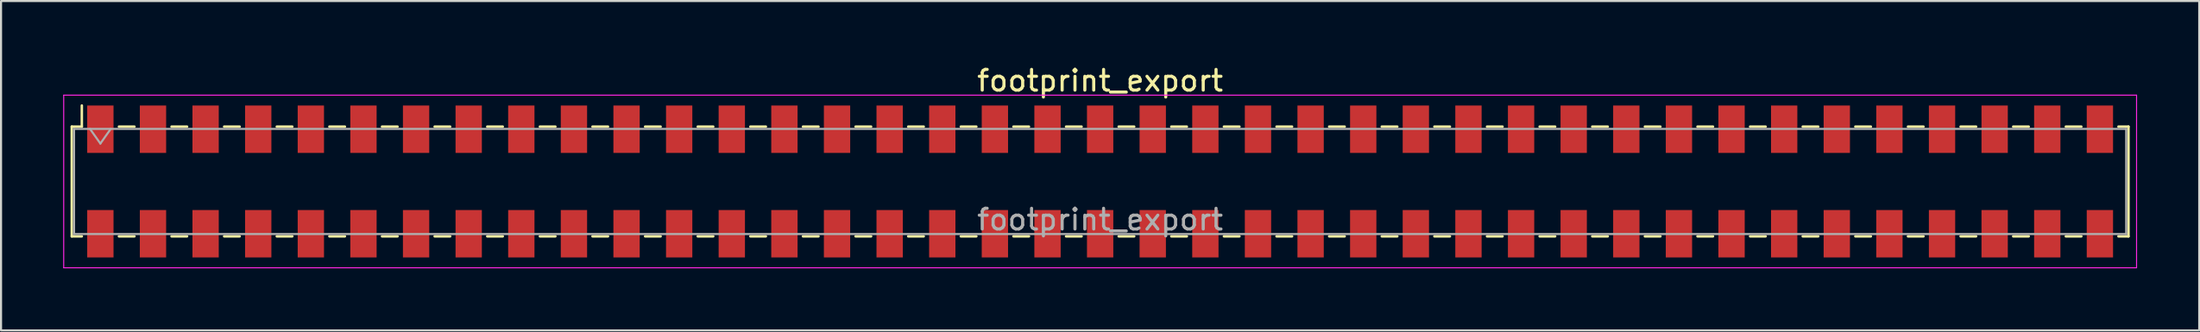
<source format=kicad_pcb>
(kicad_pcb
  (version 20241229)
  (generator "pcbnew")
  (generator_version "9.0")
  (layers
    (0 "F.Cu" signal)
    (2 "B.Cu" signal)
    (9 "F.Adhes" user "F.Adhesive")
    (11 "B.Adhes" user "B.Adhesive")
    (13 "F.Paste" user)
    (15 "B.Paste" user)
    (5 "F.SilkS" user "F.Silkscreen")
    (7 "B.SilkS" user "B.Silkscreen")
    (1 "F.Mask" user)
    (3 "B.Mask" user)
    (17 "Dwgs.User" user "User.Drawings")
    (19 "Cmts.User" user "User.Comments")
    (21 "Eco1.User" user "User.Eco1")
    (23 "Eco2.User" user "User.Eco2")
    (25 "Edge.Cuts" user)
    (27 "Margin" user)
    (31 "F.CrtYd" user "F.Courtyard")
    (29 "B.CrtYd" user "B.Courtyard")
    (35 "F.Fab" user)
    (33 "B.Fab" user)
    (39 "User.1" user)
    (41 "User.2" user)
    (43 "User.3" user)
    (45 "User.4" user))
  (footprint "footprint_export"
    (layer "F.Cu")
    (at 50.055 5.718)
    (property "Reference" "footprint_export" (at 0 -4.87 0) (layer "F.SilkS") (effects (font (size 1 1) (thickness 0.15))))
    (attr smd)
    (fp_line (start -49.64 -2.65) (end -49.64 2.65) (stroke (width 0.12) (type solid)) (layer "F.SilkS"))
    (fp_line (start -49.64 2.65) (end -49.155 2.65) (stroke (width 0.12) (type solid)) (layer "F.SilkS"))
    (fp_line (start -49.155 -3.67) (end -49.155 -2.65) (stroke (width 0.12) (type solid)) (layer "F.SilkS"))
    (fp_line (start -49.155 -2.65) (end -49.64 -2.65) (stroke (width 0.12) (type solid)) (layer "F.SilkS"))
    (fp_line (start -47.365 -2.65) (end -46.615 -2.65) (stroke (width 0.12) (type solid)) (layer "F.SilkS"))
    (fp_line (start -47.365 2.65) (end -46.615 2.65) (stroke (width 0.12) (type solid)) (layer "F.SilkS"))
    (fp_line (start -44.825 -2.65) (end -44.075 -2.65) (stroke (width 0.12) (type solid)) (layer "F.SilkS"))
    (fp_line (start -44.825 2.65) (end -44.075 2.65) (stroke (width 0.12) (type solid)) (layer "F.SilkS"))
    (fp_line (start -42.285 -2.65) (end -41.535 -2.65) (stroke (width 0.12) (type solid)) (layer "F.SilkS"))
    (fp_line (start -42.285 2.65) (end -41.535 2.65) (stroke (width 0.12) (type solid)) (layer "F.SilkS"))
    (fp_line (start -39.745 -2.65) (end -38.995 -2.65) (stroke (width 0.12) (type solid)) (layer "F.SilkS"))
    (fp_line (start -39.745 2.65) (end -38.995 2.65) (stroke (width 0.12) (type solid)) (layer "F.SilkS"))
    (fp_line (start -37.205 -2.65) (end -36.455 -2.65) (stroke (width 0.12) (type solid)) (layer "F.SilkS"))
    (fp_line (start -37.205 2.65) (end -36.455 2.65) (stroke (width 0.12) (type solid)) (layer "F.SilkS"))
    (fp_line (start -34.665 -2.65) (end -33.915 -2.65) (stroke (width 0.12) (type solid)) (layer "F.SilkS"))
    (fp_line (start -34.665 2.65) (end -33.915 2.65) (stroke (width 0.12) (type solid)) (layer "F.SilkS"))
    (fp_line (start -32.125 -2.65) (end -31.375 -2.65) (stroke (width 0.12) (type solid)) (layer "F.SilkS"))
    (fp_line (start -32.125 2.65) (end -31.375 2.65) (stroke (width 0.12) (type solid)) (layer "F.SilkS"))
    (fp_line (start -29.585 -2.65) (end -28.835 -2.65) (stroke (width 0.12) (type solid)) (layer "F.SilkS"))
    (fp_line (start -29.585 2.65) (end -28.835 2.65) (stroke (width 0.12) (type solid)) (layer "F.SilkS"))
    (fp_line (start -27.045 -2.65) (end -26.295 -2.65) (stroke (width 0.12) (type solid)) (layer "F.SilkS"))
    (fp_line (start -27.045 2.65) (end -26.295 2.65) (stroke (width 0.12) (type solid)) (layer "F.SilkS"))
    (fp_line (start -24.505 -2.65) (end -23.755 -2.65) (stroke (width 0.12) (type solid)) (layer "F.SilkS"))
    (fp_line (start -24.505 2.65) (end -23.755 2.65) (stroke (width 0.12) (type solid)) (layer "F.SilkS"))
    (fp_line (start -21.965 -2.65) (end -21.215 -2.65) (stroke (width 0.12) (type solid)) (layer "F.SilkS"))
    (fp_line (start -21.965 2.65) (end -21.215 2.65) (stroke (width 0.12) (type solid)) (layer "F.SilkS"))
    (fp_line (start -19.425 -2.65) (end -18.675 -2.65) (stroke (width 0.12) (type solid)) (layer "F.SilkS"))
    (fp_line (start -19.425 2.65) (end -18.675 2.65) (stroke (width 0.12) (type solid)) (layer "F.SilkS"))
    (fp_line (start -16.885 -2.65) (end -16.135 -2.65) (stroke (width 0.12) (type solid)) (layer "F.SilkS"))
    (fp_line (start -16.885 2.65) (end -16.135 2.65) (stroke (width 0.12) (type solid)) (layer "F.SilkS"))
    (fp_line (start -14.345 -2.65) (end -13.595 -2.65) (stroke (width 0.12) (type solid)) (layer "F.SilkS"))
    (fp_line (start -14.345 2.65) (end -13.595 2.65) (stroke (width 0.12) (type solid)) (layer "F.SilkS"))
    (fp_line (start -11.805 -2.65) (end -11.055 -2.65) (stroke (width 0.12) (type solid)) (layer "F.SilkS"))
    (fp_line (start -11.805 2.65) (end -11.055 2.65) (stroke (width 0.12) (type solid)) (layer "F.SilkS"))
    (fp_line (start -9.265 -2.65) (end -8.515 -2.65) (stroke (width 0.12) (type solid)) (layer "F.SilkS"))
    (fp_line (start -9.265 2.65) (end -8.515 2.65) (stroke (width 0.12) (type solid)) (layer "F.SilkS"))
    (fp_line (start -6.725 -2.65) (end -5.975 -2.65) (stroke (width 0.12) (type solid)) (layer "F.SilkS"))
    (fp_line (start -6.725 2.65) (end -5.975 2.65) (stroke (width 0.12) (type solid)) (layer "F.SilkS"))
    (fp_line (start -4.185 -2.65) (end -3.435 -2.65) (stroke (width 0.12) (type solid)) (layer "F.SilkS"))
    (fp_line (start -4.185 2.65) (end -3.435 2.65) (stroke (width 0.12) (type solid)) (layer "F.SilkS"))
    (fp_line (start -1.645 -2.65) (end -0.895 -2.65) (stroke (width 0.12) (type solid)) (layer "F.SilkS"))
    (fp_line (start -1.645 2.65) (end -0.895 2.65) (stroke (width 0.12) (type solid)) (layer "F.SilkS"))
    (fp_line (start 0.895 -2.65) (end 1.645 -2.65) (stroke (width 0.12) (type solid)) (layer "F.SilkS"))
    (fp_line (start 0.895 2.65) (end 1.645 2.65) (stroke (width 0.12) (type solid)) (layer "F.SilkS"))
    (fp_line (start 3.435 -2.65) (end 4.185 -2.65) (stroke (width 0.12) (type solid)) (layer "F.SilkS"))
    (fp_line (start 3.435 2.65) (end 4.185 2.65) (stroke (width 0.12) (type solid)) (layer "F.SilkS"))
    (fp_line (start 5.975 -2.65) (end 6.725 -2.65) (stroke (width 0.12) (type solid)) (layer "F.SilkS"))
    (fp_line (start 5.975 2.65) (end 6.725 2.65) (stroke (width 0.12) (type solid)) (layer "F.SilkS"))
    (fp_line (start 8.515 -2.65) (end 9.265 -2.65) (stroke (width 0.12) (type solid)) (layer "F.SilkS"))
    (fp_line (start 8.515 2.65) (end 9.265 2.65) (stroke (width 0.12) (type solid)) (layer "F.SilkS"))
    (fp_line (start 11.055 -2.65) (end 11.805 -2.65) (stroke (width 0.12) (type solid)) (layer "F.SilkS"))
    (fp_line (start 11.055 2.65) (end 11.805 2.65) (stroke (width 0.12) (type solid)) (layer "F.SilkS"))
    (fp_line (start 13.595 -2.65) (end 14.345 -2.65) (stroke (width 0.12) (type solid)) (layer "F.SilkS"))
    (fp_line (start 13.595 2.65) (end 14.345 2.65) (stroke (width 0.12) (type solid)) (layer "F.SilkS"))
    (fp_line (start 16.135 -2.65) (end 16.885 -2.65) (stroke (width 0.12) (type solid)) (layer "F.SilkS"))
    (fp_line (start 16.135 2.65) (end 16.885 2.65) (stroke (width 0.12) (type solid)) (layer "F.SilkS"))
    (fp_line (start 18.675 -2.65) (end 19.425 -2.65) (stroke (width 0.12) (type solid)) (layer "F.SilkS"))
    (fp_line (start 18.675 2.65) (end 19.425 2.65) (stroke (width 0.12) (type solid)) (layer "F.SilkS"))
    (fp_line (start 21.215 -2.65) (end 21.965 -2.65) (stroke (width 0.12) (type solid)) (layer "F.SilkS"))
    (fp_line (start 21.215 2.65) (end 21.965 2.65) (stroke (width 0.12) (type solid)) (layer "F.SilkS"))
    (fp_line (start 23.755 -2.65) (end 24.505 -2.65) (stroke (width 0.12) (type solid)) (layer "F.SilkS"))
    (fp_line (start 23.755 2.65) (end 24.505 2.65) (stroke (width 0.12) (type solid)) (layer "F.SilkS"))
    (fp_line (start 26.295 -2.65) (end 27.045 -2.65) (stroke (width 0.12) (type solid)) (layer "F.SilkS"))
    (fp_line (start 26.295 2.65) (end 27.045 2.65) (stroke (width 0.12) (type solid)) (layer "F.SilkS"))
    (fp_line (start 28.835 -2.65) (end 29.585 -2.65) (stroke (width 0.12) (type solid)) (layer "F.SilkS"))
    (fp_line (start 28.835 2.65) (end 29.585 2.65) (stroke (width 0.12) (type solid)) (layer "F.SilkS"))
    (fp_line (start 31.375 -2.65) (end 32.125 -2.65) (stroke (width 0.12) (type solid)) (layer "F.SilkS"))
    (fp_line (start 31.375 2.65) (end 32.125 2.65) (stroke (width 0.12) (type solid)) (layer "F.SilkS"))
    (fp_line (start 33.915 -2.65) (end 34.665 -2.65) (stroke (width 0.12) (type solid)) (layer "F.SilkS"))
    (fp_line (start 33.915 2.65) (end 34.665 2.65) (stroke (width 0.12) (type solid)) (layer "F.SilkS"))
    (fp_line (start 36.455 -2.65) (end 37.205 -2.65) (stroke (width 0.12) (type solid)) (layer "F.SilkS"))
    (fp_line (start 36.455 2.65) (end 37.205 2.65) (stroke (width 0.12) (type solid)) (layer "F.SilkS"))
    (fp_line (start 38.995 -2.65) (end 39.745 -2.65) (stroke (width 0.12) (type solid)) (layer "F.SilkS"))
    (fp_line (start 38.995 2.65) (end 39.745 2.65) (stroke (width 0.12) (type solid)) (layer "F.SilkS"))
    (fp_line (start 41.535 -2.65) (end 42.285 -2.65) (stroke (width 0.12) (type solid)) (layer "F.SilkS"))
    (fp_line (start 41.535 2.65) (end 42.285 2.65) (stroke (width 0.12) (type solid)) (layer "F.SilkS"))
    (fp_line (start 44.075 -2.65) (end 44.825 -2.65) (stroke (width 0.12) (type solid)) (layer "F.SilkS"))
    (fp_line (start 44.075 2.65) (end 44.825 2.65) (stroke (width 0.12) (type solid)) (layer "F.SilkS"))
    (fp_line (start 46.615 -2.65) (end 47.365 -2.65) (stroke (width 0.12) (type solid)) (layer "F.SilkS"))
    (fp_line (start 46.615 2.65) (end 47.365 2.65) (stroke (width 0.12) (type solid)) (layer "F.SilkS"))
    (fp_line (start 49.155 -2.65) (end 49.64 -2.65) (stroke (width 0.12) (type solid)) (layer "F.SilkS"))
    (fp_line (start 49.64 -2.65) (end 49.64 2.65) (stroke (width 0.12) (type solid)) (layer "F.SilkS"))
    (fp_line (start 49.64 2.65) (end 49.155 2.65) (stroke (width 0.12) (type solid)) (layer "F.SilkS"))
    (fp_line (start -50.03 -4.17) (end 50.03 -4.17) (stroke (width 0.05) (type solid)) (layer "F.CrtYd"))
    (fp_line (start -50.03 4.17) (end -50.03 -4.17) (stroke (width 0.05) (type solid)) (layer "F.CrtYd"))
    (fp_line (start 50.03 -4.17) (end 50.03 4.17) (stroke (width 0.05) (type solid)) (layer "F.CrtYd"))
    (fp_line (start 50.03 4.17) (end -50.03 4.17) (stroke (width 0.05) (type solid)) (layer "F.CrtYd"))
    (fp_line (start -49.53 -2.54) (end 49.53 -2.54) (stroke (width 0.1) (type solid)) (layer "F.Fab"))
    (fp_line (start -49.53 2.54) (end -49.53 -2.54) (stroke (width 0.1) (type solid)) (layer "F.Fab"))
    (fp_line (start -48.76 -2.54) (end -48.26 -1.833) (stroke (width 0.1) (type solid)) (layer "F.Fab"))
    (fp_line (start -48.26 -1.833) (end -47.76 -2.54) (stroke (width 0.1) (type solid)) (layer "F.Fab"))
    (fp_line (start 49.53 -2.54) (end 49.53 2.54) (stroke (width 0.1) (type solid)) (layer "F.Fab"))
    (fp_line (start 49.53 2.54) (end -49.53 2.54) (stroke (width 0.1) (type solid)) (layer "F.Fab"))
    (fp_text user "${REFERENCE}" (at 0 1.84 0) (layer "F.Fab") (effects (font (size 1 1) (thickness 0.15))))
    (pad "1" smd rect (at -48.26 -2.525) (size 1.27 2.29) (layers "F.Cu" "F.Mask" "F.Paste"))
    (pad "2" smd rect (at -48.26 2.525) (size 1.27 2.29) (layers "F.Cu" "F.Mask" "F.Paste"))
    (pad "3" smd rect (at -45.72 -2.525) (size 1.27 2.29) (layers "F.Cu" "F.Mask" "F.Paste"))
    (pad "4" smd rect (at -45.72 2.525) (size 1.27 2.29) (layers "F.Cu" "F.Mask" "F.Paste"))
    (pad "5" smd rect (at -43.18 -2.525) (size 1.27 2.29) (layers "F.Cu" "F.Mask" "F.Paste"))
    (pad "6" smd rect (at -43.18 2.525) (size 1.27 2.29) (layers "F.Cu" "F.Mask" "F.Paste"))
    (pad "7" smd rect (at -40.64 -2.525) (size 1.27 2.29) (layers "F.Cu" "F.Mask" "F.Paste"))
    (pad "8" smd rect (at -40.64 2.525) (size 1.27 2.29) (layers "F.Cu" "F.Mask" "F.Paste"))
    (pad "9" smd rect (at -38.1 -2.525) (size 1.27 2.29) (layers "F.Cu" "F.Mask" "F.Paste"))
    (pad "10" smd rect (at -38.1 2.525) (size 1.27 2.29) (layers "F.Cu" "F.Mask" "F.Paste"))
    (pad "11" smd rect (at -35.56 -2.525) (size 1.27 2.29) (layers "F.Cu" "F.Mask" "F.Paste"))
    (pad "12" smd rect (at -35.56 2.525) (size 1.27 2.29) (layers "F.Cu" "F.Mask" "F.Paste"))
    (pad "13" smd rect (at -33.02 -2.525) (size 1.27 2.29) (layers "F.Cu" "F.Mask" "F.Paste"))
    (pad "14" smd rect (at -33.02 2.525) (size 1.27 2.29) (layers "F.Cu" "F.Mask" "F.Paste"))
    (pad "15" smd rect (at -30.48 -2.525) (size 1.27 2.29) (layers "F.Cu" "F.Mask" "F.Paste"))
    (pad "16" smd rect (at -30.48 2.525) (size 1.27 2.29) (layers "F.Cu" "F.Mask" "F.Paste"))
    (pad "17" smd rect (at -27.94 -2.525) (size 1.27 2.29) (layers "F.Cu" "F.Mask" "F.Paste"))
    (pad "18" smd rect (at -27.94 2.525) (size 1.27 2.29) (layers "F.Cu" "F.Mask" "F.Paste"))
    (pad "19" smd rect (at -25.4 -2.525) (size 1.27 2.29) (layers "F.Cu" "F.Mask" "F.Paste"))
    (pad "20" smd rect (at -25.4 2.525) (size 1.27 2.29) (layers "F.Cu" "F.Mask" "F.Paste"))
    (pad "21" smd rect (at -22.86 -2.525) (size 1.27 2.29) (layers "F.Cu" "F.Mask" "F.Paste"))
    (pad "22" smd rect (at -22.86 2.525) (size 1.27 2.29) (layers "F.Cu" "F.Mask" "F.Paste"))
    (pad "23" smd rect (at -20.32 -2.525) (size 1.27 2.29) (layers "F.Cu" "F.Mask" "F.Paste"))
    (pad "24" smd rect (at -20.32 2.525) (size 1.27 2.29) (layers "F.Cu" "F.Mask" "F.Paste"))
    (pad "25" smd rect (at -17.78 -2.525) (size 1.27 2.29) (layers "F.Cu" "F.Mask" "F.Paste"))
    (pad "26" smd rect (at -17.78 2.525) (size 1.27 2.29) (layers "F.Cu" "F.Mask" "F.Paste"))
    (pad "27" smd rect (at -15.24 -2.525) (size 1.27 2.29) (layers "F.Cu" "F.Mask" "F.Paste"))
    (pad "28" smd rect (at -15.24 2.525) (size 1.27 2.29) (layers "F.Cu" "F.Mask" "F.Paste"))
    (pad "29" smd rect (at -12.7 -2.525) (size 1.27 2.29) (layers "F.Cu" "F.Mask" "F.Paste"))
    (pad "30" smd rect (at -12.7 2.525) (size 1.27 2.29) (layers "F.Cu" "F.Mask" "F.Paste"))
    (pad "31" smd rect (at -10.16 -2.525) (size 1.27 2.29) (layers "F.Cu" "F.Mask" "F.Paste"))
    (pad "32" smd rect (at -10.16 2.525) (size 1.27 2.29) (layers "F.Cu" "F.Mask" "F.Paste"))
    (pad "33" smd rect (at -7.62 -2.525) (size 1.27 2.29) (layers "F.Cu" "F.Mask" "F.Paste"))
    (pad "34" smd rect (at -7.62 2.525) (size 1.27 2.29) (layers "F.Cu" "F.Mask" "F.Paste"))
    (pad "35" smd rect (at -5.08 -2.525) (size 1.27 2.29) (layers "F.Cu" "F.Mask" "F.Paste"))
    (pad "36" smd rect (at -5.08 2.525) (size 1.27 2.29) (layers "F.Cu" "F.Mask" "F.Paste"))
    (pad "37" smd rect (at -2.54 -2.525) (size 1.27 2.29) (layers "F.Cu" "F.Mask" "F.Paste"))
    (pad "38" smd rect (at -2.54 2.525) (size 1.27 2.29) (layers "F.Cu" "F.Mask" "F.Paste"))
    (pad "39" smd rect (at 0 -2.525) (size 1.27 2.29) (layers "F.Cu" "F.Mask" "F.Paste"))
    (pad "40" smd rect (at 0 2.525) (size 1.27 2.29) (layers "F.Cu" "F.Mask" "F.Paste"))
    (pad "41" smd rect (at 2.54 -2.525) (size 1.27 2.29) (layers "F.Cu" "F.Mask" "F.Paste"))
    (pad "42" smd rect (at 2.54 2.525) (size 1.27 2.29) (layers "F.Cu" "F.Mask" "F.Paste"))
    (pad "43" smd rect (at 5.08 -2.525) (size 1.27 2.29) (layers "F.Cu" "F.Mask" "F.Paste"))
    (pad "44" smd rect (at 5.08 2.525) (size 1.27 2.29) (layers "F.Cu" "F.Mask" "F.Paste"))
    (pad "45" smd rect (at 7.62 -2.525) (size 1.27 2.29) (layers "F.Cu" "F.Mask" "F.Paste"))
    (pad "46" smd rect (at 7.62 2.525) (size 1.27 2.29) (layers "F.Cu" "F.Mask" "F.Paste"))
    (pad "47" smd rect (at 10.16 -2.525) (size 1.27 2.29) (layers "F.Cu" "F.Mask" "F.Paste"))
    (pad "48" smd rect (at 10.16 2.525) (size 1.27 2.29) (layers "F.Cu" "F.Mask" "F.Paste"))
    (pad "49" smd rect (at 12.7 -2.525) (size 1.27 2.29) (layers "F.Cu" "F.Mask" "F.Paste"))
    (pad "50" smd rect (at 12.7 2.525) (size 1.27 2.29) (layers "F.Cu" "F.Mask" "F.Paste"))
    (pad "51" smd rect (at 15.24 -2.525) (size 1.27 2.29) (layers "F.Cu" "F.Mask" "F.Paste"))
    (pad "52" smd rect (at 15.24 2.525) (size 1.27 2.29) (layers "F.Cu" "F.Mask" "F.Paste"))
    (pad "53" smd rect (at 17.78 -2.525) (size 1.27 2.29) (layers "F.Cu" "F.Mask" "F.Paste"))
    (pad "54" smd rect (at 17.78 2.525) (size 1.27 2.29) (layers "F.Cu" "F.Mask" "F.Paste"))
    (pad "55" smd rect (at 20.32 -2.525) (size 1.27 2.29) (layers "F.Cu" "F.Mask" "F.Paste"))
    (pad "56" smd rect (at 20.32 2.525) (size 1.27 2.29) (layers "F.Cu" "F.Mask" "F.Paste"))
    (pad "57" smd rect (at 22.86 -2.525) (size 1.27 2.29) (layers "F.Cu" "F.Mask" "F.Paste"))
    (pad "58" smd rect (at 22.86 2.525) (size 1.27 2.29) (layers "F.Cu" "F.Mask" "F.Paste"))
    (pad "59" smd rect (at 25.4 -2.525) (size 1.27 2.29) (layers "F.Cu" "F.Mask" "F.Paste"))
    (pad "60" smd rect (at 25.4 2.525) (size 1.27 2.29) (layers "F.Cu" "F.Mask" "F.Paste"))
    (pad "61" smd rect (at 27.94 -2.525) (size 1.27 2.29) (layers "F.Cu" "F.Mask" "F.Paste"))
    (pad "62" smd rect (at 27.94 2.525) (size 1.27 2.29) (layers "F.Cu" "F.Mask" "F.Paste"))
    (pad "63" smd rect (at 30.48 -2.525) (size 1.27 2.29) (layers "F.Cu" "F.Mask" "F.Paste"))
    (pad "64" smd rect (at 30.48 2.525) (size 1.27 2.29) (layers "F.Cu" "F.Mask" "F.Paste"))
    (pad "65" smd rect (at 33.02 -2.525) (size 1.27 2.29) (layers "F.Cu" "F.Mask" "F.Paste"))
    (pad "66" smd rect (at 33.02 2.525) (size 1.27 2.29) (layers "F.Cu" "F.Mask" "F.Paste"))
    (pad "67" smd rect (at 35.56 -2.525) (size 1.27 2.29) (layers "F.Cu" "F.Mask" "F.Paste"))
    (pad "68" smd rect (at 35.56 2.525) (size 1.27 2.29) (layers "F.Cu" "F.Mask" "F.Paste"))
    (pad "69" smd rect (at 38.1 -2.525) (size 1.27 2.29) (layers "F.Cu" "F.Mask" "F.Paste"))
    (pad "70" smd rect (at 38.1 2.525) (size 1.27 2.29) (layers "F.Cu" "F.Mask" "F.Paste"))
    (pad "71" smd rect (at 40.64 -2.525) (size 1.27 2.29) (layers "F.Cu" "F.Mask" "F.Paste"))
    (pad "72" smd rect (at 40.64 2.525) (size 1.27 2.29) (layers "F.Cu" "F.Mask" "F.Paste"))
    (pad "73" smd rect (at 43.18 -2.525) (size 1.27 2.29) (layers "F.Cu" "F.Mask" "F.Paste"))
    (pad "74" smd rect (at 43.18 2.525) (size 1.27 2.29) (layers "F.Cu" "F.Mask" "F.Paste"))
    (pad "75" smd rect (at 45.72 -2.525) (size 1.27 2.29) (layers "F.Cu" "F.Mask" "F.Paste"))
    (pad "76" smd rect (at 45.72 2.525) (size 1.27 2.29) (layers "F.Cu" "F.Mask" "F.Paste"))
    (pad "77" smd rect (at 48.26 -2.525) (size 1.27 2.29) (layers "F.Cu" "F.Mask" "F.Paste"))
    (pad "78" smd rect (at 48.26 2.525) (size 1.27 2.29) (layers "F.Cu" "F.Mask" "F.Paste")))
  (gr_rect
    (start -3 -3)
    (end 103.11 12.913)
    (stroke (width 0.1) (type default))
    (fill no)
    (layer "Edge.Cuts")))
</source>
